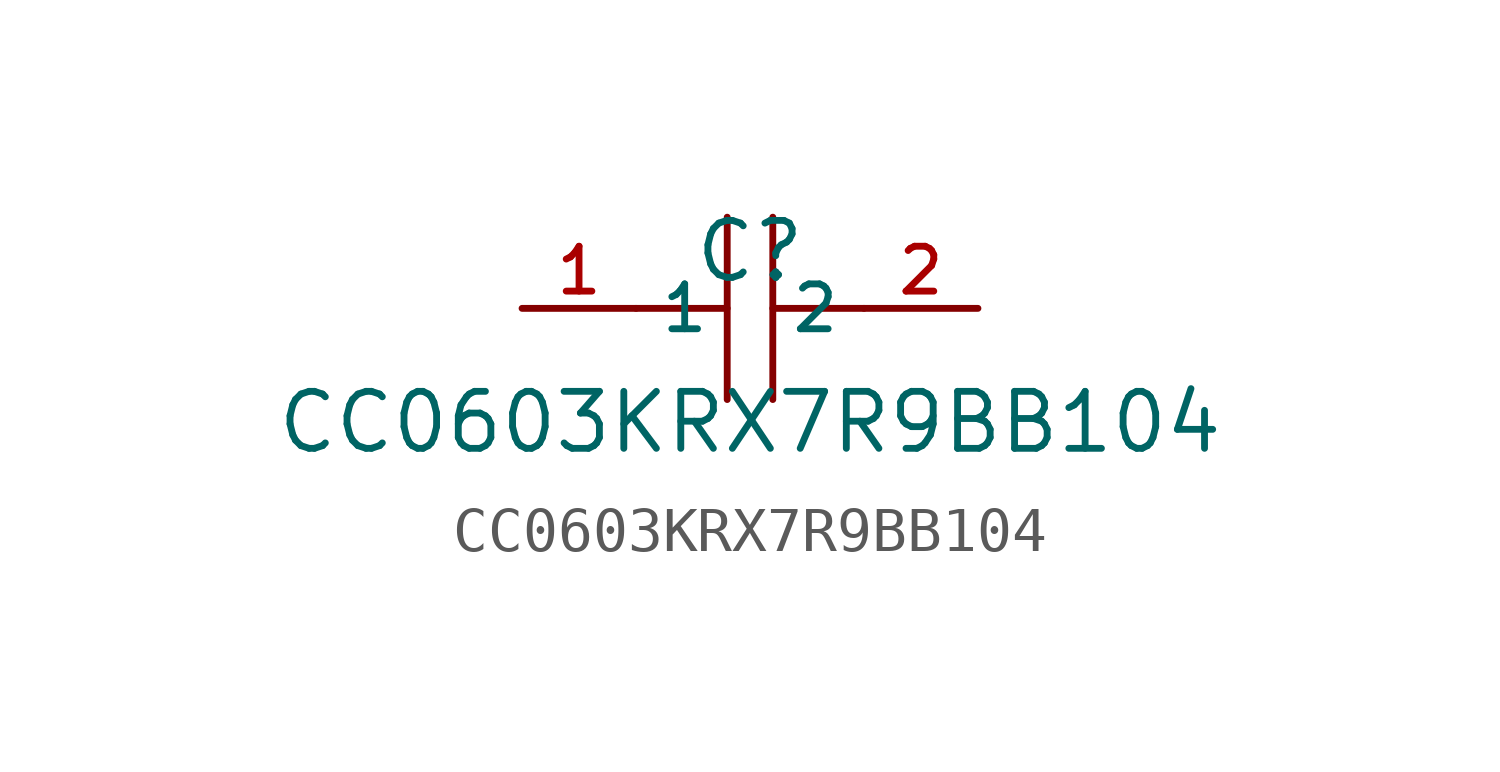
<source format=kicad_sym>
(kicad_symbol_lib
  (version 20210201)
  (generator TousstNicolas/JLC2KiCad_lib)
  (symbol "CC0603KRX7R9BB104"
    (property "Reference" "C"
      (at 0 1.27 0)
      (effects (font (size 1.27 1.27))))
    (property "Value" "CC0603KRX7R9BB104"
      (at 0 -2.54 0)
      (effects (font (size 1.27 1.27))))
    (symbol "CC0603KRX7R9BB104_0_1"
      (polyline (pts (xy -0.508 -2.032) (xy -0.508 2.032)) (stroke (width 0) (type default) (color 0 0 0 0)) (fill (type none)))
      (pin unspecified line (at -5.08 -0.0 0) (length 2.54) (name "1" (effects (font (size 1 1)))) (number "1" (effects (font (size 1 1)))))
      (polyline (pts (xy 2.54 -0.0) (xy 0.508 -0.0)) (stroke (width 0) (type default) (color 0 0 0 0)) (fill (type none)))
      (polyline (pts (xy 0.508 2.032) (xy 0.508 -2.032)) (stroke (width 0) (type default) (color 0 0 0 0)) (fill (type none)))
      (pin unspecified line (at 5.08 -0.0 180) (length 2.54) (name "2" (effects (font (size 1 1)))) (number "2" (effects (font (size 1 1)))))
      (polyline (pts (xy -0.508 -0.0) (xy -2.54 -0.0)) (stroke (width 0) (type default) (color 0 0 0 0)) (fill (type none))))))
</source>
